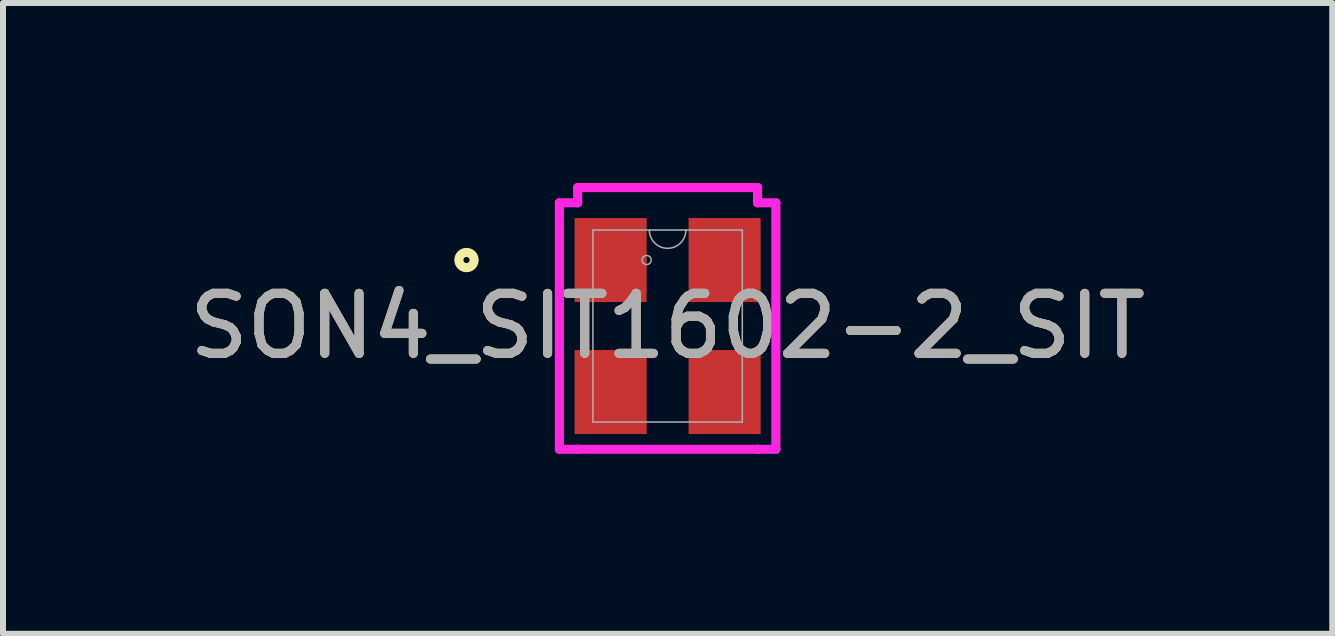
<source format=kicad_pcb>
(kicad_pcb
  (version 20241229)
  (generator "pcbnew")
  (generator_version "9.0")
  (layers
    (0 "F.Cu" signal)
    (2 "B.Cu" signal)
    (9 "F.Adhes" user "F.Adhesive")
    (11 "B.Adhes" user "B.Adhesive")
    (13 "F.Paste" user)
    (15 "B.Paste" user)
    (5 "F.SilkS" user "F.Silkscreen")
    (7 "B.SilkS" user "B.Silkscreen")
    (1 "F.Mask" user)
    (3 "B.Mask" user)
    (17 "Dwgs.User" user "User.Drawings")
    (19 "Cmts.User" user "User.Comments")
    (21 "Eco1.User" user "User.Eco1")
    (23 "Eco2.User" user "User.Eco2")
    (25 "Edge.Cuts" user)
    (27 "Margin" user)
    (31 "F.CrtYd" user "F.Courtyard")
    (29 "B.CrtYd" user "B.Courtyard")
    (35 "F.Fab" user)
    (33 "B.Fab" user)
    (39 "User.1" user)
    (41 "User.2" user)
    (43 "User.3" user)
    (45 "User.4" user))
  (footprint "SON4_SIT1602-2_SIT"
    (layer "F.Cu")
    (at 8.077 2.384)
    (property "Reference" "SON4_SIT1602-2_SIT" (at 0 0 0) (unlocked yes) (layer "F.SilkS") (effects (font (size 1 1) (thickness 0.15))))
    (attr smd)
    (fp_circle (center -3.352 -1.1) (end -3.225 -1.1) (stroke (width 0.152) (type solid)) (fill no) (layer "F.SilkS"))
    (fp_line (start -1.804 -2.054) (end -1.499 -2.054) (stroke (width 0.152) (type solid)) (layer "F.CrtYd"))
    (fp_line (start -1.804 2.054) (end -1.804 -2.054) (stroke (width 0.152) (type solid)) (layer "F.CrtYd"))
    (fp_line (start -1.804 2.054) (end -1.499 2.054) (stroke (width 0.152) (type solid)) (layer "F.CrtYd"))
    (fp_line (start -1.499 -2.308) (end 1.499 -2.308) (stroke (width 0.152) (type solid)) (layer "F.CrtYd"))
    (fp_line (start -1.499 -2.054) (end -1.499 -2.308) (stroke (width 0.152) (type solid)) (layer "F.CrtYd"))
    (fp_line (start -1.499 2.054) (end -1.499 2.054) (stroke (width 0.152) (type solid)) (layer "F.CrtYd"))
    (fp_line (start 1.499 -2.308) (end 1.499 -2.054) (stroke (width 0.152) (type solid)) (layer "F.CrtYd"))
    (fp_line (start 1.499 2.054) (end -1.499 2.054) (stroke (width 0.152) (type solid)) (layer "F.CrtYd"))
    (fp_line (start 1.499 2.054) (end 1.499 2.054) (stroke (width 0.152) (type solid)) (layer "F.CrtYd"))
    (fp_line (start 1.804 -2.054) (end 1.499 -2.054) (stroke (width 0.152) (type solid)) (layer "F.CrtYd"))
    (fp_line (start 1.804 -2.054) (end 1.804 2.054) (stroke (width 0.152) (type solid)) (layer "F.CrtYd"))
    (fp_line (start 1.804 2.054) (end 1.499 2.054) (stroke (width 0.152) (type solid)) (layer "F.CrtYd"))
    (fp_line (start -1.245 -1.6) (end -1.245 1.6) (stroke (width 0.025) (type solid)) (layer "F.Fab"))
    (fp_line (start -1.245 1.6) (end 1.245 1.6) (stroke (width 0.025) (type solid)) (layer "F.Fab"))
    (fp_line (start 1.245 -1.6) (end -1.245 -1.6) (stroke (width 0.025) (type solid)) (layer "F.Fab"))
    (fp_line (start 1.245 1.6) (end 1.245 -1.6) (stroke (width 0.025) (type solid)) (layer "F.Fab"))
    (fp_arc (start 0.3048 -1.6002) (mid 0 -1.2954) (end -0.3048 -1.6002) (stroke (width 0.0254) (type solid)) (layer "F.Fab"))
    (fp_circle (center -0.35 -1.1) (end -0.274 -1.1) (stroke (width 0.025) (type solid)) (fill no) (layer "F.Fab"))
    (fp_text user "${REFERENCE}" (at 0 0 0) (unlocked yes) (layer "F.Fab") (effects (font (size 1 1) (thickness 0.15))))
    (pad "1" smd rect (at -0.95 -1.1) (size 1.2 1.4) (layers "F.Cu" "F.Mask" "F.Paste"))
    (pad "2" smd rect (at -0.95 1.1) (size 1.2 1.4) (layers "F.Cu" "F.Mask" "F.Paste"))
    (pad "3" smd rect (at 0.95 1.1) (size 1.2 1.4) (layers "F.Cu" "F.Mask" "F.Paste"))
    (pad "4" smd rect (at 0.95 -1.1) (size 1.2 1.4) (layers "F.Cu" "F.Mask" "F.Paste")))
  (gr_rect
    (start -3 -3)
    (end 19.155 7.514)
    (stroke (width 0.1) (type default))
    (fill no)
    (layer "Edge.Cuts")))
</source>
